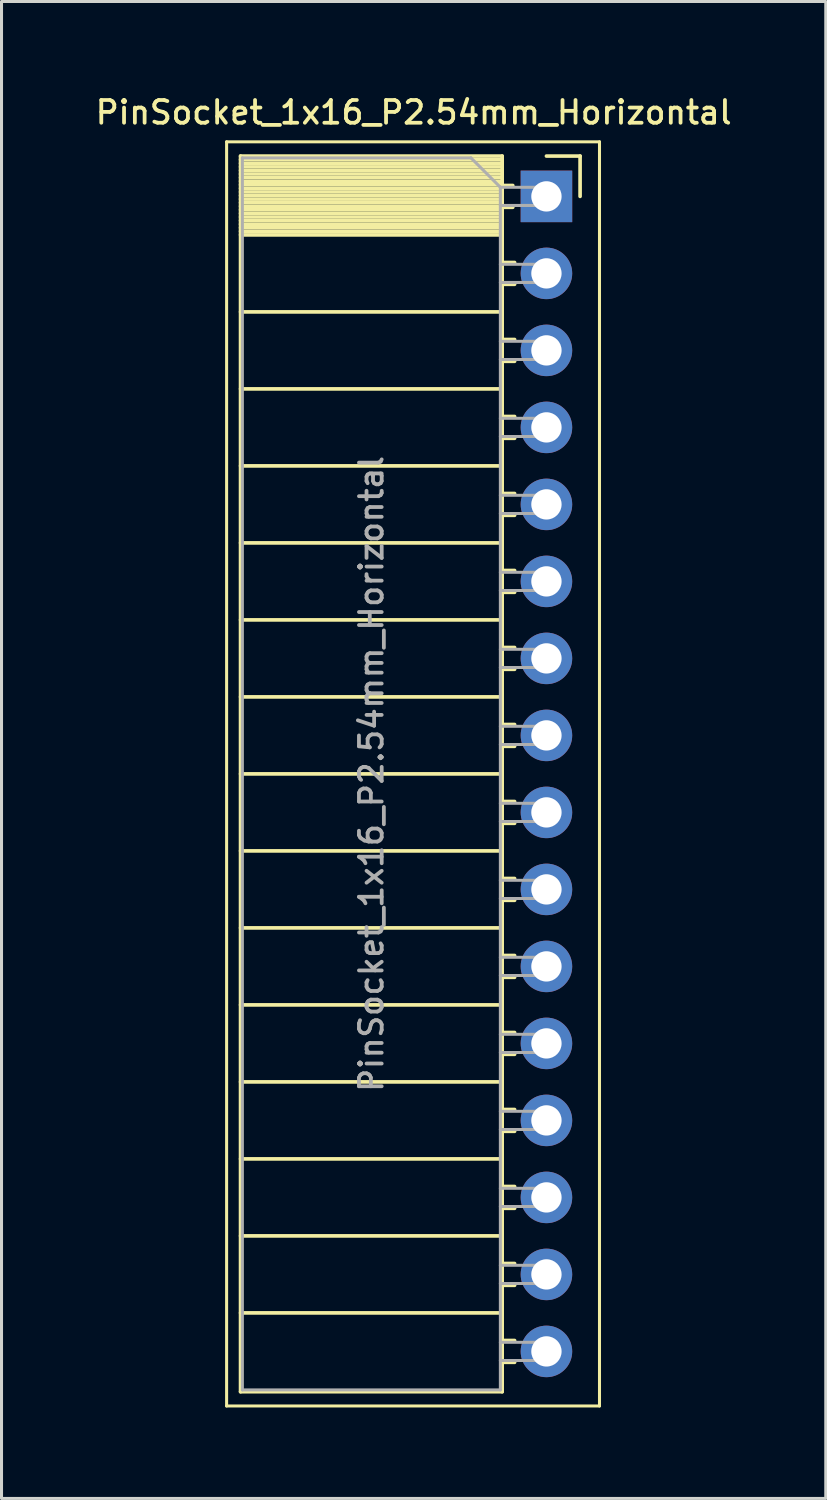
<source format=kicad_pcb>
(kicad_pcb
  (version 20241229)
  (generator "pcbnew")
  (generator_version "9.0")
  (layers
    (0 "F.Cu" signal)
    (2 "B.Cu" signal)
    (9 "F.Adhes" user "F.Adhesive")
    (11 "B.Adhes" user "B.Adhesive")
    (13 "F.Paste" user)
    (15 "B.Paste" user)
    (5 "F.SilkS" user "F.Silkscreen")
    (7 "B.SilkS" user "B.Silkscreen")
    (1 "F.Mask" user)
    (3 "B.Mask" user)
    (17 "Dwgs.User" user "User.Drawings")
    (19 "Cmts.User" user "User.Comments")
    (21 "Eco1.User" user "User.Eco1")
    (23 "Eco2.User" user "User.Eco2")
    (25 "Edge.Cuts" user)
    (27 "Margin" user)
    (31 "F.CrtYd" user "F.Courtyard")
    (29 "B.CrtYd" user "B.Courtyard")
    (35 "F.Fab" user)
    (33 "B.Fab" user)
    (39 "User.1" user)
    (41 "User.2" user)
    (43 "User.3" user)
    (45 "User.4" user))
  (footprint "PinSocket_1x16_P2.54mm_Horizontal"
    (layer "F.Cu")
    (at 14.975 3.428)
    (property "Reference" "PinSocket_1x16_P2.54mm_Horizontal" (at -4.38 -2.77 0) (layer "F.SilkS") (effects (font (size 0.75 0.75) (thickness 0.125))))
    (attr through_hole)
    (fp_line (start -10.55 -1.8) (end -10.55 39.9) (stroke (width 0.1) (type solid)) (layer "F.SilkS"))
    (fp_line (start -10.55 39.9) (end 1.75 39.9) (stroke (width 0.1) (type solid)) (layer "F.SilkS"))
    (fp_line (start -10.09 -1.33) (end -10.09 39.43) (stroke (width 0.12) (type solid)) (layer "F.SilkS"))
    (fp_line (start -10.09 -1.33) (end -1.46 -1.33) (stroke (width 0.12) (type solid)) (layer "F.SilkS"))
    (fp_line (start -10.09 -1.21) (end -1.46 -1.21) (stroke (width 0.12) (type solid)) (layer "F.SilkS"))
    (fp_line (start -10.09 -1.092) (end -1.46 -1.092) (stroke (width 0.12) (type solid)) (layer "F.SilkS"))
    (fp_line (start -10.09 -0.974) (end -1.46 -0.974) (stroke (width 0.12) (type solid)) (layer "F.SilkS"))
    (fp_line (start -10.09 -0.856) (end -1.46 -0.856) (stroke (width 0.12) (type solid)) (layer "F.SilkS"))
    (fp_line (start -10.09 -0.738) (end -1.46 -0.738) (stroke (width 0.12) (type solid)) (layer "F.SilkS"))
    (fp_line (start -10.09 -0.62) (end -1.46 -0.62) (stroke (width 0.12) (type solid)) (layer "F.SilkS"))
    (fp_line (start -10.09 -0.501) (end -1.46 -0.501) (stroke (width 0.12) (type solid)) (layer "F.SilkS"))
    (fp_line (start -10.09 -0.383) (end -1.46 -0.383) (stroke (width 0.12) (type solid)) (layer "F.SilkS"))
    (fp_line (start -10.09 -0.265) (end -1.46 -0.265) (stroke (width 0.12) (type solid)) (layer "F.SilkS"))
    (fp_line (start -10.09 -0.147) (end -1.46 -0.147) (stroke (width 0.12) (type solid)) (layer "F.SilkS"))
    (fp_line (start -10.09 -0.029) (end -1.46 -0.029) (stroke (width 0.12) (type solid)) (layer "F.SilkS"))
    (fp_line (start -10.09 0.089) (end -1.46 0.089) (stroke (width 0.12) (type solid)) (layer "F.SilkS"))
    (fp_line (start -10.09 0.207) (end -1.46 0.207) (stroke (width 0.12) (type solid)) (layer "F.SilkS"))
    (fp_line (start -10.09 0.325) (end -1.46 0.325) (stroke (width 0.12) (type solid)) (layer "F.SilkS"))
    (fp_line (start -10.09 0.443) (end -1.46 0.443) (stroke (width 0.12) (type solid)) (layer "F.SilkS"))
    (fp_line (start -10.09 0.561) (end -1.46 0.561) (stroke (width 0.12) (type solid)) (layer "F.SilkS"))
    (fp_line (start -10.09 0.68) (end -1.46 0.68) (stroke (width 0.12) (type solid)) (layer "F.SilkS"))
    (fp_line (start -10.09 0.798) (end -1.46 0.798) (stroke (width 0.12) (type solid)) (layer "F.SilkS"))
    (fp_line (start -10.09 0.916) (end -1.46 0.916) (stroke (width 0.12) (type solid)) (layer "F.SilkS"))
    (fp_line (start -10.09 1.034) (end -1.46 1.034) (stroke (width 0.12) (type solid)) (layer "F.SilkS"))
    (fp_line (start -10.09 1.152) (end -1.46 1.152) (stroke (width 0.12) (type solid)) (layer "F.SilkS"))
    (fp_line (start -10.09 1.27) (end -1.46 1.27) (stroke (width 0.12) (type solid)) (layer "F.SilkS"))
    (fp_line (start -10.09 3.81) (end -1.46 3.81) (stroke (width 0.12) (type solid)) (layer "F.SilkS"))
    (fp_line (start -10.09 6.35) (end -1.46 6.35) (stroke (width 0.12) (type solid)) (layer "F.SilkS"))
    (fp_line (start -10.09 8.89) (end -1.46 8.89) (stroke (width 0.12) (type solid)) (layer "F.SilkS"))
    (fp_line (start -10.09 11.43) (end -1.46 11.43) (stroke (width 0.12) (type solid)) (layer "F.SilkS"))
    (fp_line (start -10.09 13.97) (end -1.46 13.97) (stroke (width 0.12) (type solid)) (layer "F.SilkS"))
    (fp_line (start -10.09 16.51) (end -1.46 16.51) (stroke (width 0.12) (type solid)) (layer "F.SilkS"))
    (fp_line (start -10.09 19.05) (end -1.46 19.05) (stroke (width 0.12) (type solid)) (layer "F.SilkS"))
    (fp_line (start -10.09 21.59) (end -1.46 21.59) (stroke (width 0.12) (type solid)) (layer "F.SilkS"))
    (fp_line (start -10.09 24.13) (end -1.46 24.13) (stroke (width 0.12) (type solid)) (layer "F.SilkS"))
    (fp_line (start -10.09 26.67) (end -1.46 26.67) (stroke (width 0.12) (type solid)) (layer "F.SilkS"))
    (fp_line (start -10.09 29.21) (end -1.46 29.21) (stroke (width 0.12) (type solid)) (layer "F.SilkS"))
    (fp_line (start -10.09 31.75) (end -1.46 31.75) (stroke (width 0.12) (type solid)) (layer "F.SilkS"))
    (fp_line (start -10.09 34.29) (end -1.46 34.29) (stroke (width 0.12) (type solid)) (layer "F.SilkS"))
    (fp_line (start -10.09 36.83) (end -1.46 36.83) (stroke (width 0.12) (type solid)) (layer "F.SilkS"))
    (fp_line (start -10.09 39.43) (end -1.46 39.43) (stroke (width 0.12) (type solid)) (layer "F.SilkS"))
    (fp_line (start -1.46 -1.33) (end -1.46 39.43) (stroke (width 0.12) (type solid)) (layer "F.SilkS"))
    (fp_line (start -1.46 -0.36) (end -1.11 -0.36) (stroke (width 0.12) (type solid)) (layer "F.SilkS"))
    (fp_line (start -1.46 0.36) (end -1.11 0.36) (stroke (width 0.12) (type solid)) (layer "F.SilkS"))
    (fp_line (start -1.46 2.18) (end -1.05 2.18) (stroke (width 0.12) (type solid)) (layer "F.SilkS"))
    (fp_line (start -1.46 2.9) (end -1.05 2.9) (stroke (width 0.12) (type solid)) (layer "F.SilkS"))
    (fp_line (start -1.46 4.72) (end -1.05 4.72) (stroke (width 0.12) (type solid)) (layer "F.SilkS"))
    (fp_line (start -1.46 5.44) (end -1.05 5.44) (stroke (width 0.12) (type solid)) (layer "F.SilkS"))
    (fp_line (start -1.46 7.26) (end -1.05 7.26) (stroke (width 0.12) (type solid)) (layer "F.SilkS"))
    (fp_line (start -1.46 7.98) (end -1.05 7.98) (stroke (width 0.12) (type solid)) (layer "F.SilkS"))
    (fp_line (start -1.46 9.8) (end -1.05 9.8) (stroke (width 0.12) (type solid)) (layer "F.SilkS"))
    (fp_line (start -1.46 10.52) (end -1.05 10.52) (stroke (width 0.12) (type solid)) (layer "F.SilkS"))
    (fp_line (start -1.46 12.34) (end -1.05 12.34) (stroke (width 0.12) (type solid)) (layer "F.SilkS"))
    (fp_line (start -1.46 13.06) (end -1.05 13.06) (stroke (width 0.12) (type solid)) (layer "F.SilkS"))
    (fp_line (start -1.46 14.88) (end -1.05 14.88) (stroke (width 0.12) (type solid)) (layer "F.SilkS"))
    (fp_line (start -1.46 15.6) (end -1.05 15.6) (stroke (width 0.12) (type solid)) (layer "F.SilkS"))
    (fp_line (start -1.46 17.42) (end -1.05 17.42) (stroke (width 0.12) (type solid)) (layer "F.SilkS"))
    (fp_line (start -1.46 18.14) (end -1.05 18.14) (stroke (width 0.12) (type solid)) (layer "F.SilkS"))
    (fp_line (start -1.46 19.96) (end -1.05 19.96) (stroke (width 0.12) (type solid)) (layer "F.SilkS"))
    (fp_line (start -1.46 20.68) (end -1.05 20.68) (stroke (width 0.12) (type solid)) (layer "F.SilkS"))
    (fp_line (start -1.46 22.5) (end -1.05 22.5) (stroke (width 0.12) (type solid)) (layer "F.SilkS"))
    (fp_line (start -1.46 23.22) (end -1.05 23.22) (stroke (width 0.12) (type solid)) (layer "F.SilkS"))
    (fp_line (start -1.46 25.04) (end -1.05 25.04) (stroke (width 0.12) (type solid)) (layer "F.SilkS"))
    (fp_line (start -1.46 25.76) (end -1.05 25.76) (stroke (width 0.12) (type solid)) (layer "F.SilkS"))
    (fp_line (start -1.46 27.58) (end -1.05 27.58) (stroke (width 0.12) (type solid)) (layer "F.SilkS"))
    (fp_line (start -1.46 28.3) (end -1.05 28.3) (stroke (width 0.12) (type solid)) (layer "F.SilkS"))
    (fp_line (start -1.46 30.12) (end -1.05 30.12) (stroke (width 0.12) (type solid)) (layer "F.SilkS"))
    (fp_line (start -1.46 30.84) (end -1.05 30.84) (stroke (width 0.12) (type solid)) (layer "F.SilkS"))
    (fp_line (start -1.46 32.66) (end -1.05 32.66) (stroke (width 0.12) (type solid)) (layer "F.SilkS"))
    (fp_line (start -1.46 33.38) (end -1.05 33.38) (stroke (width 0.12) (type solid)) (layer "F.SilkS"))
    (fp_line (start -1.46 35.2) (end -1.05 35.2) (stroke (width 0.12) (type solid)) (layer "F.SilkS"))
    (fp_line (start -1.46 35.92) (end -1.05 35.92) (stroke (width 0.12) (type solid)) (layer "F.SilkS"))
    (fp_line (start -1.46 37.74) (end -1.05 37.74) (stroke (width 0.12) (type solid)) (layer "F.SilkS"))
    (fp_line (start -1.46 38.46) (end -1.05 38.46) (stroke (width 0.12) (type solid)) (layer "F.SilkS"))
    (fp_line (start 0 -1.33) (end 1.11 -1.33) (stroke (width 0.12) (type solid)) (layer "F.SilkS"))
    (fp_line (start 1.11 -1.33) (end 1.11 0) (stroke (width 0.12) (type solid)) (layer "F.SilkS"))
    (fp_line (start 1.75 -1.8) (end -10.55 -1.8) (stroke (width 0.1) (type solid)) (layer "F.SilkS"))
    (fp_line (start 1.75 39.9) (end 1.75 -1.8) (stroke (width 0.1) (type solid)) (layer "F.SilkS"))
    (fp_line (start -10.03 -1.27) (end -2.49 -1.27) (stroke (width 0.1) (type solid)) (layer "F.Fab"))
    (fp_line (start -10.03 39.37) (end -10.03 -1.27) (stroke (width 0.1) (type solid)) (layer "F.Fab"))
    (fp_line (start -2.49 -1.27) (end -1.52 -0.3) (stroke (width 0.1) (type solid)) (layer "F.Fab"))
    (fp_line (start -1.52 -0.3) (end -1.52 39.37) (stroke (width 0.1) (type solid)) (layer "F.Fab"))
    (fp_line (start -1.52 0.3) (end 0 0.3) (stroke (width 0.1) (type solid)) (layer "F.Fab"))
    (fp_line (start -1.52 2.84) (end 0 2.84) (stroke (width 0.1) (type solid)) (layer "F.Fab"))
    (fp_line (start -1.52 5.38) (end 0 5.38) (stroke (width 0.1) (type solid)) (layer "F.Fab"))
    (fp_line (start -1.52 7.92) (end 0 7.92) (stroke (width 0.1) (type solid)) (layer "F.Fab"))
    (fp_line (start -1.52 10.46) (end 0 10.46) (stroke (width 0.1) (type solid)) (layer "F.Fab"))
    (fp_line (start -1.52 13) (end 0 13) (stroke (width 0.1) (type solid)) (layer "F.Fab"))
    (fp_line (start -1.52 15.54) (end 0 15.54) (stroke (width 0.1) (type solid)) (layer "F.Fab"))
    (fp_line (start -1.52 18.08) (end 0 18.08) (stroke (width 0.1) (type solid)) (layer "F.Fab"))
    (fp_line (start -1.52 20.62) (end 0 20.62) (stroke (width 0.1) (type solid)) (layer "F.Fab"))
    (fp_line (start -1.52 23.16) (end 0 23.16) (stroke (width 0.1) (type solid)) (layer "F.Fab"))
    (fp_line (start -1.52 25.7) (end 0 25.7) (stroke (width 0.1) (type solid)) (layer "F.Fab"))
    (fp_line (start -1.52 28.24) (end 0 28.24) (stroke (width 0.1) (type solid)) (layer "F.Fab"))
    (fp_line (start -1.52 30.78) (end 0 30.78) (stroke (width 0.1) (type solid)) (layer "F.Fab"))
    (fp_line (start -1.52 33.32) (end 0 33.32) (stroke (width 0.1) (type solid)) (layer "F.Fab"))
    (fp_line (start -1.52 35.86) (end 0 35.86) (stroke (width 0.1) (type solid)) (layer "F.Fab"))
    (fp_line (start -1.52 38.4) (end 0 38.4) (stroke (width 0.1) (type solid)) (layer "F.Fab"))
    (fp_line (start -1.52 39.37) (end -10.03 39.37) (stroke (width 0.1) (type solid)) (layer "F.Fab"))
    (fp_line (start 0 -0.3) (end -1.52 -0.3) (stroke (width 0.1) (type solid)) (layer "F.Fab"))
    (fp_line (start 0 0.3) (end 0 -0.3) (stroke (width 0.1) (type solid)) (layer "F.Fab"))
    (fp_line (start 0 2.24) (end -1.52 2.24) (stroke (width 0.1) (type solid)) (layer "F.Fab"))
    (fp_line (start 0 2.84) (end 0 2.24) (stroke (width 0.1) (type solid)) (layer "F.Fab"))
    (fp_line (start 0 4.78) (end -1.52 4.78) (stroke (width 0.1) (type solid)) (layer "F.Fab"))
    (fp_line (start 0 5.38) (end 0 4.78) (stroke (width 0.1) (type solid)) (layer "F.Fab"))
    (fp_line (start 0 7.32) (end -1.52 7.32) (stroke (width 0.1) (type solid)) (layer "F.Fab"))
    (fp_line (start 0 7.92) (end 0 7.32) (stroke (width 0.1) (type solid)) (layer "F.Fab"))
    (fp_line (start 0 9.86) (end -1.52 9.86) (stroke (width 0.1) (type solid)) (layer "F.Fab"))
    (fp_line (start 0 10.46) (end 0 9.86) (stroke (width 0.1) (type solid)) (layer "F.Fab"))
    (fp_line (start 0 12.4) (end -1.52 12.4) (stroke (width 0.1) (type solid)) (layer "F.Fab"))
    (fp_line (start 0 13) (end 0 12.4) (stroke (width 0.1) (type solid)) (layer "F.Fab"))
    (fp_line (start 0 14.94) (end -1.52 14.94) (stroke (width 0.1) (type solid)) (layer "F.Fab"))
    (fp_line (start 0 15.54) (end 0 14.94) (stroke (width 0.1) (type solid)) (layer "F.Fab"))
    (fp_line (start 0 17.48) (end -1.52 17.48) (stroke (width 0.1) (type solid)) (layer "F.Fab"))
    (fp_line (start 0 18.08) (end 0 17.48) (stroke (width 0.1) (type solid)) (layer "F.Fab"))
    (fp_line (start 0 20.02) (end -1.52 20.02) (stroke (width 0.1) (type solid)) (layer "F.Fab"))
    (fp_line (start 0 20.62) (end 0 20.02) (stroke (width 0.1) (type solid)) (layer "F.Fab"))
    (fp_line (start 0 22.56) (end -1.52 22.56) (stroke (width 0.1) (type solid)) (layer "F.Fab"))
    (fp_line (start 0 23.16) (end 0 22.56) (stroke (width 0.1) (type solid)) (layer "F.Fab"))
    (fp_line (start 0 25.1) (end -1.52 25.1) (stroke (width 0.1) (type solid)) (layer "F.Fab"))
    (fp_line (start 0 25.7) (end 0 25.1) (stroke (width 0.1) (type solid)) (layer "F.Fab"))
    (fp_line (start 0 27.64) (end -1.52 27.64) (stroke (width 0.1) (type solid)) (layer "F.Fab"))
    (fp_line (start 0 28.24) (end 0 27.64) (stroke (width 0.1) (type solid)) (layer "F.Fab"))
    (fp_line (start 0 30.18) (end -1.52 30.18) (stroke (width 0.1) (type solid)) (layer "F.Fab"))
    (fp_line (start 0 30.78) (end 0 30.18) (stroke (width 0.1) (type solid)) (layer "F.Fab"))
    (fp_line (start 0 32.72) (end -1.52 32.72) (stroke (width 0.1) (type solid)) (layer "F.Fab"))
    (fp_line (start 0 33.32) (end 0 32.72) (stroke (width 0.1) (type solid)) (layer "F.Fab"))
    (fp_line (start 0 35.26) (end -1.52 35.26) (stroke (width 0.1) (type solid)) (layer "F.Fab"))
    (fp_line (start 0 35.86) (end 0 35.26) (stroke (width 0.1) (type solid)) (layer "F.Fab"))
    (fp_line (start 0 37.8) (end -1.52 37.8) (stroke (width 0.1) (type solid)) (layer "F.Fab"))
    (fp_line (start 0 38.4) (end 0 37.8) (stroke (width 0.1) (type solid)) (layer "F.Fab"))
    (fp_text user "${REFERENCE}" (at -5.775 19.05 90) (layer "F.Fab") (effects (font (size 0.75 0.75) (thickness 0.125))))
    (pad "1" thru_hole rect (at 0 0) (size 1.7 1.7) (drill 1) (layers "*.Cu" "*.Mask"))
    (pad "2" thru_hole oval (at 0 2.54) (size 1.7 1.7) (drill 1) (layers "*.Cu" "*.Mask"))
    (pad "3" thru_hole oval (at 0 5.08) (size 1.7 1.7) (drill 1) (layers "*.Cu" "*.Mask"))
    (pad "4" thru_hole oval (at 0 7.62) (size 1.7 1.7) (drill 1) (layers "*.Cu" "*.Mask"))
    (pad "5" thru_hole oval (at 0 10.16) (size 1.7 1.7) (drill 1) (layers "*.Cu" "*.Mask"))
    (pad "6" thru_hole oval (at 0 12.7) (size 1.7 1.7) (drill 1) (layers "*.Cu" "*.Mask"))
    (pad "7" thru_hole oval (at 0 15.24) (size 1.7 1.7) (drill 1) (layers "*.Cu" "*.Mask"))
    (pad "8" thru_hole oval (at 0 17.78) (size 1.7 1.7) (drill 1) (layers "*.Cu" "*.Mask"))
    (pad "9" thru_hole oval (at 0 20.32) (size 1.7 1.7) (drill 1) (layers "*.Cu" "*.Mask"))
    (pad "10" thru_hole oval (at 0 22.86) (size 1.7 1.7) (drill 1) (layers "*.Cu" "*.Mask"))
    (pad "11" thru_hole oval (at 0 25.4) (size 1.7 1.7) (drill 1) (layers "*.Cu" "*.Mask"))
    (pad "12" thru_hole oval (at 0 27.94) (size 1.7 1.7) (drill 1) (layers "*.Cu" "*.Mask"))
    (pad "13" thru_hole oval (at 0 30.48) (size 1.7 1.7) (drill 1) (layers "*.Cu" "*.Mask"))
    (pad "14" thru_hole oval (at 0 33.02) (size 1.7 1.7) (drill 1) (layers "*.Cu" "*.Mask"))
    (pad "15" thru_hole oval (at 0 35.56) (size 1.7 1.7) (drill 1) (layers "*.Cu" "*.Mask"))
    (pad "16" thru_hole oval (at 0 38.1) (size 1.7 1.7) (drill 1) (layers "*.Cu" "*.Mask")))
  (gr_rect
    (start -3 -3)
    (end 24.189 46.378)
    (stroke (width 0.1) (type default))
    (fill no)
    (layer "Edge.Cuts")))
</source>
